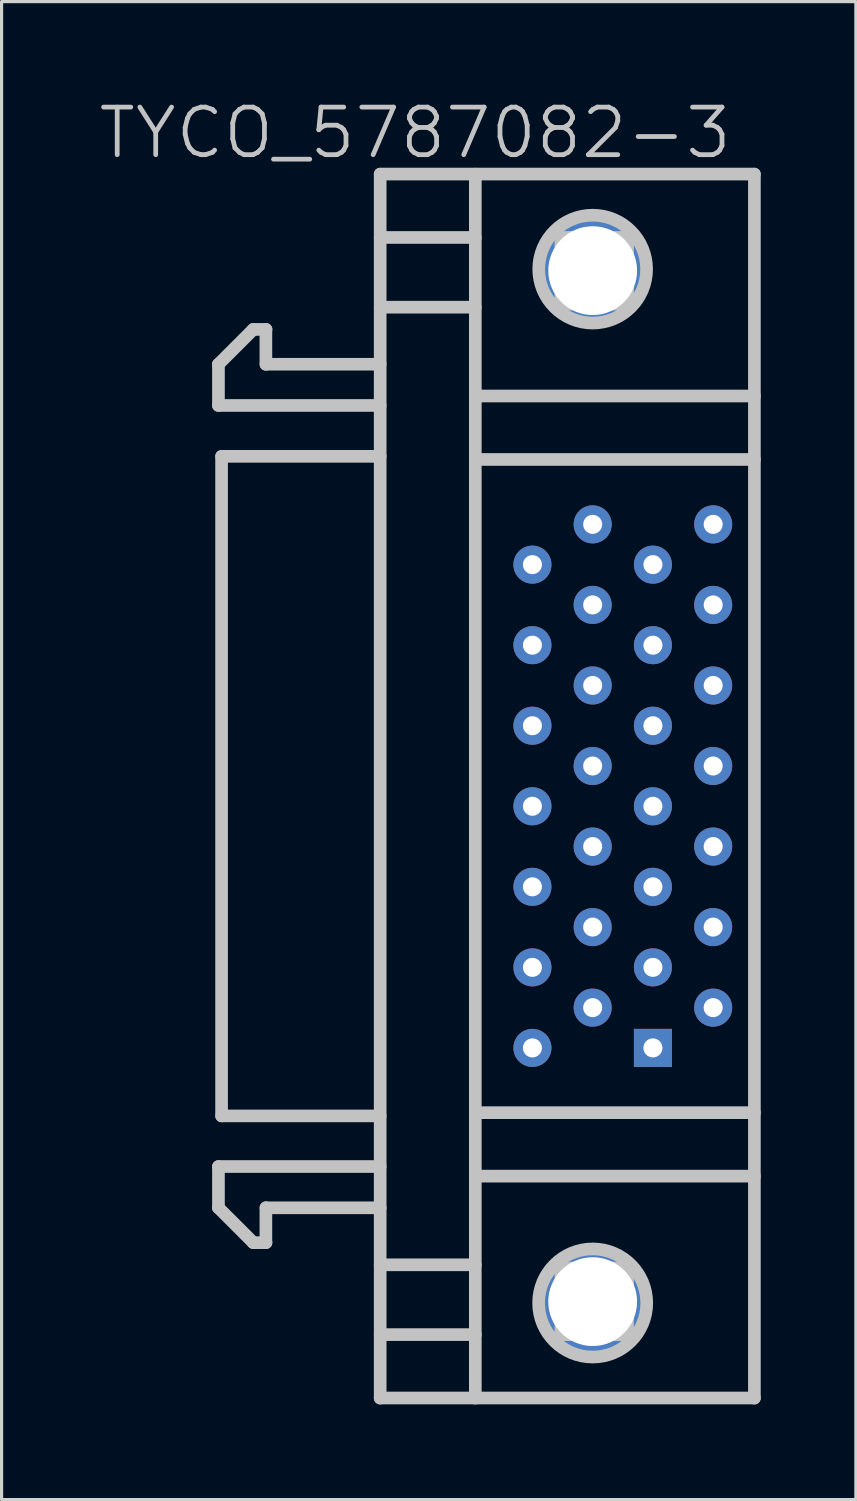
<source format=kicad_pcb>
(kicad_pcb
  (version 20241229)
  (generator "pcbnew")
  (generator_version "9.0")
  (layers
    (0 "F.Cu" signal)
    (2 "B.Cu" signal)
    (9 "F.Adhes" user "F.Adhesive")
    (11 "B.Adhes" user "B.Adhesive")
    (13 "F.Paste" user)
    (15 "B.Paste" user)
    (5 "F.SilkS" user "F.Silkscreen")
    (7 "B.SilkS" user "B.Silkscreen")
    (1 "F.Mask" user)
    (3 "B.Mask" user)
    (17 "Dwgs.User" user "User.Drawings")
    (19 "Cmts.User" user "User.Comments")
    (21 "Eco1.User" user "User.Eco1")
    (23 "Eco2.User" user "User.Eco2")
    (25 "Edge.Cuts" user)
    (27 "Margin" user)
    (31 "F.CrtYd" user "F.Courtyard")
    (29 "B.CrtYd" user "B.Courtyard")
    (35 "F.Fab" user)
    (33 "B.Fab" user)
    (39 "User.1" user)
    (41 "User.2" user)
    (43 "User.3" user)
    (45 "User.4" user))
  (footprint "TYCO_5787082-3"
    (layer "F.Cu")
    (at 10.039 21.741)
    (property "Reference" "TYCO_5787082-3" (at 0 -20.6 180) (layer "Dwgs.User") (effects (font (size 1.5 1.5) (thickness 0.15))))
    (attr through_hole)
    (fp_line (start -6.203 -13.302) (end -5.103 -14.402) (stroke (width 0.399) (type solid)) (layer "Dwgs.User"))
    (fp_line (start -6.203 13.294) (end -5.103 14.394) (stroke (width 0.399) (type solid)) (layer "Dwgs.User"))
    (fp_line (start -6.2 -13.305) (end -6.2 -12.004) (stroke (width 0.399) (type solid)) (layer "Dwgs.User"))
    (fp_line (start -6.2 -12.004) (end -1.1 -12.004) (stroke (width 0.399) (type solid)) (layer "Dwgs.User"))
    (fp_line (start -6.2 11.996) (end -1.1 11.996) (stroke (width 0.399) (type solid)) (layer "Dwgs.User"))
    (fp_line (start -6.2 13.297) (end -6.2 11.996) (stroke (width 0.399) (type solid)) (layer "Dwgs.User"))
    (fp_line (start -6.101 -10.401) (end -1.1 -10.401) (stroke (width 0.399) (type solid)) (layer "Dwgs.User"))
    (fp_line (start -6.101 10.399) (end -6.101 -10.399) (stroke (width 0.399) (type solid)) (layer "Dwgs.User"))
    (fp_line (start -6.101 10.399) (end -1.1 10.399) (stroke (width 0.399) (type solid)) (layer "Dwgs.User"))
    (fp_line (start -4.704 -14.402) (end -4.704 -13.302) (stroke (width 0.399) (type solid)) (layer "Dwgs.User"))
    (fp_line (start -4.704 14.394) (end -4.704 13.294) (stroke (width 0.399) (type solid)) (layer "Dwgs.User"))
    (fp_line (start -4.699 -14.404) (end -5.1 -14.404) (stroke (width 0.399) (type solid)) (layer "Dwgs.User"))
    (fp_line (start -4.699 -13.305) (end -1.1 -13.305) (stroke (width 0.399) (type solid)) (layer "Dwgs.User"))
    (fp_line (start -4.699 13.297) (end -1.1 13.297) (stroke (width 0.399) (type solid)) (layer "Dwgs.User"))
    (fp_line (start -4.699 14.397) (end -5.1 14.397) (stroke (width 0.399) (type solid)) (layer "Dwgs.User"))
    (fp_line (start -1.1 -19.299) (end -1.1 19.299) (stroke (width 0.399) (type solid)) (layer "Dwgs.User"))
    (fp_line (start -1.1 -15.103) (end 1.9 -15.103) (stroke (width 0.399) (type solid)) (layer "Dwgs.User"))
    (fp_line (start -1.1 19.296) (end 10.701 19.296) (stroke (width 0.399) (type solid)) (layer "Dwgs.User"))
    (fp_line (start 1.9 -19.299) (end 1.9 19.299) (stroke (width 0.399) (type solid)) (layer "Dwgs.User"))
    (fp_line (start 1.9 -17.302) (end -1.1 -17.302) (stroke (width 0.399) (type solid)) (layer "Dwgs.User"))
    (fp_line (start 1.9 -12.304) (end 10.701 -12.304) (stroke (width 0.399) (type solid)) (layer "Dwgs.User"))
    (fp_line (start 1.9 12.299) (end 10.701 12.299) (stroke (width 0.399) (type solid)) (layer "Dwgs.User"))
    (fp_line (start 1.9 15.095) (end -1.1 15.095) (stroke (width 0.399) (type solid)) (layer "Dwgs.User"))
    (fp_line (start 1.9 17.295) (end -1.1 17.295) (stroke (width 0.399) (type solid)) (layer "Dwgs.User"))
    (fp_line (start 4.6 -17.302) (end 6.701 -17.302) (stroke (width 0.399) (type solid)) (layer "Dwgs.User"))
    (fp_line (start 4.6 -15.202) (end 4.6 -17.302) (stroke (width 0.399) (type solid)) (layer "Dwgs.User"))
    (fp_line (start 4.6 15.197) (end 4.6 17.297) (stroke (width 0.399) (type solid)) (layer "Dwgs.User"))
    (fp_line (start 4.6 17.297) (end 6.701 17.297) (stroke (width 0.399) (type solid)) (layer "Dwgs.User"))
    (fp_line (start 6.701 -17.302) (end 6.701 -15.202) (stroke (width 0.399) (type solid)) (layer "Dwgs.User"))
    (fp_line (start 6.701 -15.202) (end 4.6 -15.202) (stroke (width 0.399) (type solid)) (layer "Dwgs.User"))
    (fp_line (start 6.701 15.197) (end 4.6 15.197) (stroke (width 0.399) (type solid)) (layer "Dwgs.User"))
    (fp_line (start 6.701 17.297) (end 6.701 15.197) (stroke (width 0.399) (type solid)) (layer "Dwgs.User"))
    (fp_line (start 10.701 -19.301) (end -1.1 -19.301) (stroke (width 0.399) (type solid)) (layer "Dwgs.User"))
    (fp_line (start 10.701 -10.302) (end 1.9 -10.302) (stroke (width 0.399) (type solid)) (layer "Dwgs.User"))
    (fp_line (start 10.701 10.297) (end 1.9 10.297) (stroke (width 0.399) (type solid)) (layer "Dwgs.User"))
    (fp_line (start 10.701 19.299) (end 10.701 -19.299) (stroke (width 0.399) (type solid)) (layer "Dwgs.User"))
    (fp_circle (center 5.601 -16.304) (end 6.401 -17.805) (stroke (width 0.399) (type solid)) (fill no) (layer "Dwgs.User"))
    (fp_circle (center 5.601 16.299) (end 5.499 18.001) (stroke (width 0.399) (type solid)) (fill no) (layer "Dwgs.User"))
    (pad "" thru_hole circle (at 5.601 -16.256 270) (size 3.4 3.4) (drill 2.8) (layers "*.Cu" "*.Mask"))
    (pad "" thru_hole circle (at 5.601 16.256 270) (size 3.4 3.4) (drill 2.8) (layers "*.Cu" "*.Mask"))
    (pad "1" thru_hole rect (at 7.501 8.255) (size 1.2 1.2) (drill 0.6) (layers "*.Cu" "*.Mask"))
    (pad "2" thru_hole circle (at 9.401 6.985 270) (size 1.2 1.2) (drill 0.6) (layers "*.Cu" "*.Mask"))
    (pad "3" thru_hole circle (at 7.501 5.715 270) (size 1.2 1.2) (drill 0.6) (layers "*.Cu" "*.Mask"))
    (pad "4" thru_hole circle (at 9.401 4.445 270) (size 1.2 1.2) (drill 0.6) (layers "*.Cu" "*.Mask"))
    (pad "5" thru_hole circle (at 7.501 3.175 270) (size 1.2 1.2) (drill 0.6) (layers "*.Cu" "*.Mask"))
    (pad "6" thru_hole circle (at 9.401 1.905 270) (size 1.2 1.2) (drill 0.6) (layers "*.Cu" "*.Mask"))
    (pad "7" thru_hole circle (at 7.501 0.635 270) (size 1.2 1.2) (drill 0.6) (layers "*.Cu" "*.Mask"))
    (pad "8" thru_hole circle (at 9.401 -0.635 270) (size 1.2 1.2) (drill 0.6) (layers "*.Cu" "*.Mask"))
    (pad "9" thru_hole circle (at 7.501 -1.905 270) (size 1.2 1.2) (drill 0.6) (layers "*.Cu" "*.Mask"))
    (pad "10" thru_hole circle (at 9.401 -3.175 270) (size 1.2 1.2) (drill 0.6) (layers "*.Cu" "*.Mask"))
    (pad "11" thru_hole circle (at 7.501 -4.445 270) (size 1.2 1.2) (drill 0.6) (layers "*.Cu" "*.Mask"))
    (pad "12" thru_hole circle (at 9.401 -5.715 270) (size 1.2 1.2) (drill 0.6) (layers "*.Cu" "*.Mask"))
    (pad "13" thru_hole circle (at 7.501 -6.985 270) (size 1.2 1.2) (drill 0.6) (layers "*.Cu" "*.Mask"))
    (pad "14" thru_hole circle (at 9.401 -8.255 270) (size 1.2 1.2) (drill 0.6) (layers "*.Cu" "*.Mask"))
    (pad "15" thru_hole circle (at 3.701 8.255 270) (size 1.2 1.2) (drill 0.6) (layers "*.Cu" "*.Mask"))
    (pad "16" thru_hole circle (at 5.601 6.985 270) (size 1.2 1.2) (drill 0.6) (layers "*.Cu" "*.Mask"))
    (pad "17" thru_hole circle (at 3.701 5.715 270) (size 1.2 1.2) (drill 0.6) (layers "*.Cu" "*.Mask"))
    (pad "18" thru_hole circle (at 5.601 4.445 270) (size 1.2 1.2) (drill 0.6) (layers "*.Cu" "*.Mask"))
    (pad "19" thru_hole circle (at 3.701 3.175 270) (size 1.2 1.2) (drill 0.6) (layers "*.Cu" "*.Mask"))
    (pad "20" thru_hole circle (at 5.601 1.905 270) (size 1.2 1.2) (drill 0.6) (layers "*.Cu" "*.Mask"))
    (pad "21" thru_hole circle (at 3.701 0.635 270) (size 1.2 1.2) (drill 0.6) (layers "*.Cu" "*.Mask"))
    (pad "22" thru_hole circle (at 5.601 -0.635 270) (size 1.2 1.2) (drill 0.6) (layers "*.Cu" "*.Mask"))
    (pad "23" thru_hole circle (at 3.701 -1.905 270) (size 1.2 1.2) (drill 0.6) (layers "*.Cu" "*.Mask"))
    (pad "24" thru_hole circle (at 5.601 -3.175 270) (size 1.2 1.2) (drill 0.6) (layers "*.Cu" "*.Mask"))
    (pad "25" thru_hole circle (at 3.701 -4.445 270) (size 1.2 1.2) (drill 0.6) (layers "*.Cu" "*.Mask"))
    (pad "26" thru_hole circle (at 5.601 -5.715 270) (size 1.2 1.2) (drill 0.6) (layers "*.Cu" "*.Mask"))
    (pad "27" thru_hole circle (at 3.701 -6.985 270) (size 1.2 1.2) (drill 0.6) (layers "*.Cu" "*.Mask"))
    (pad "28" thru_hole circle (at 5.601 -8.255 270) (size 1.2 1.2) (drill 0.6) (layers "*.Cu" "*.Mask")))
  (gr_rect
    (start -3 -3)
    (end 23.94 44.239)
    (stroke (width 0.1) (type default))
    (fill no)
    (layer "Edge.Cuts")))
</source>
